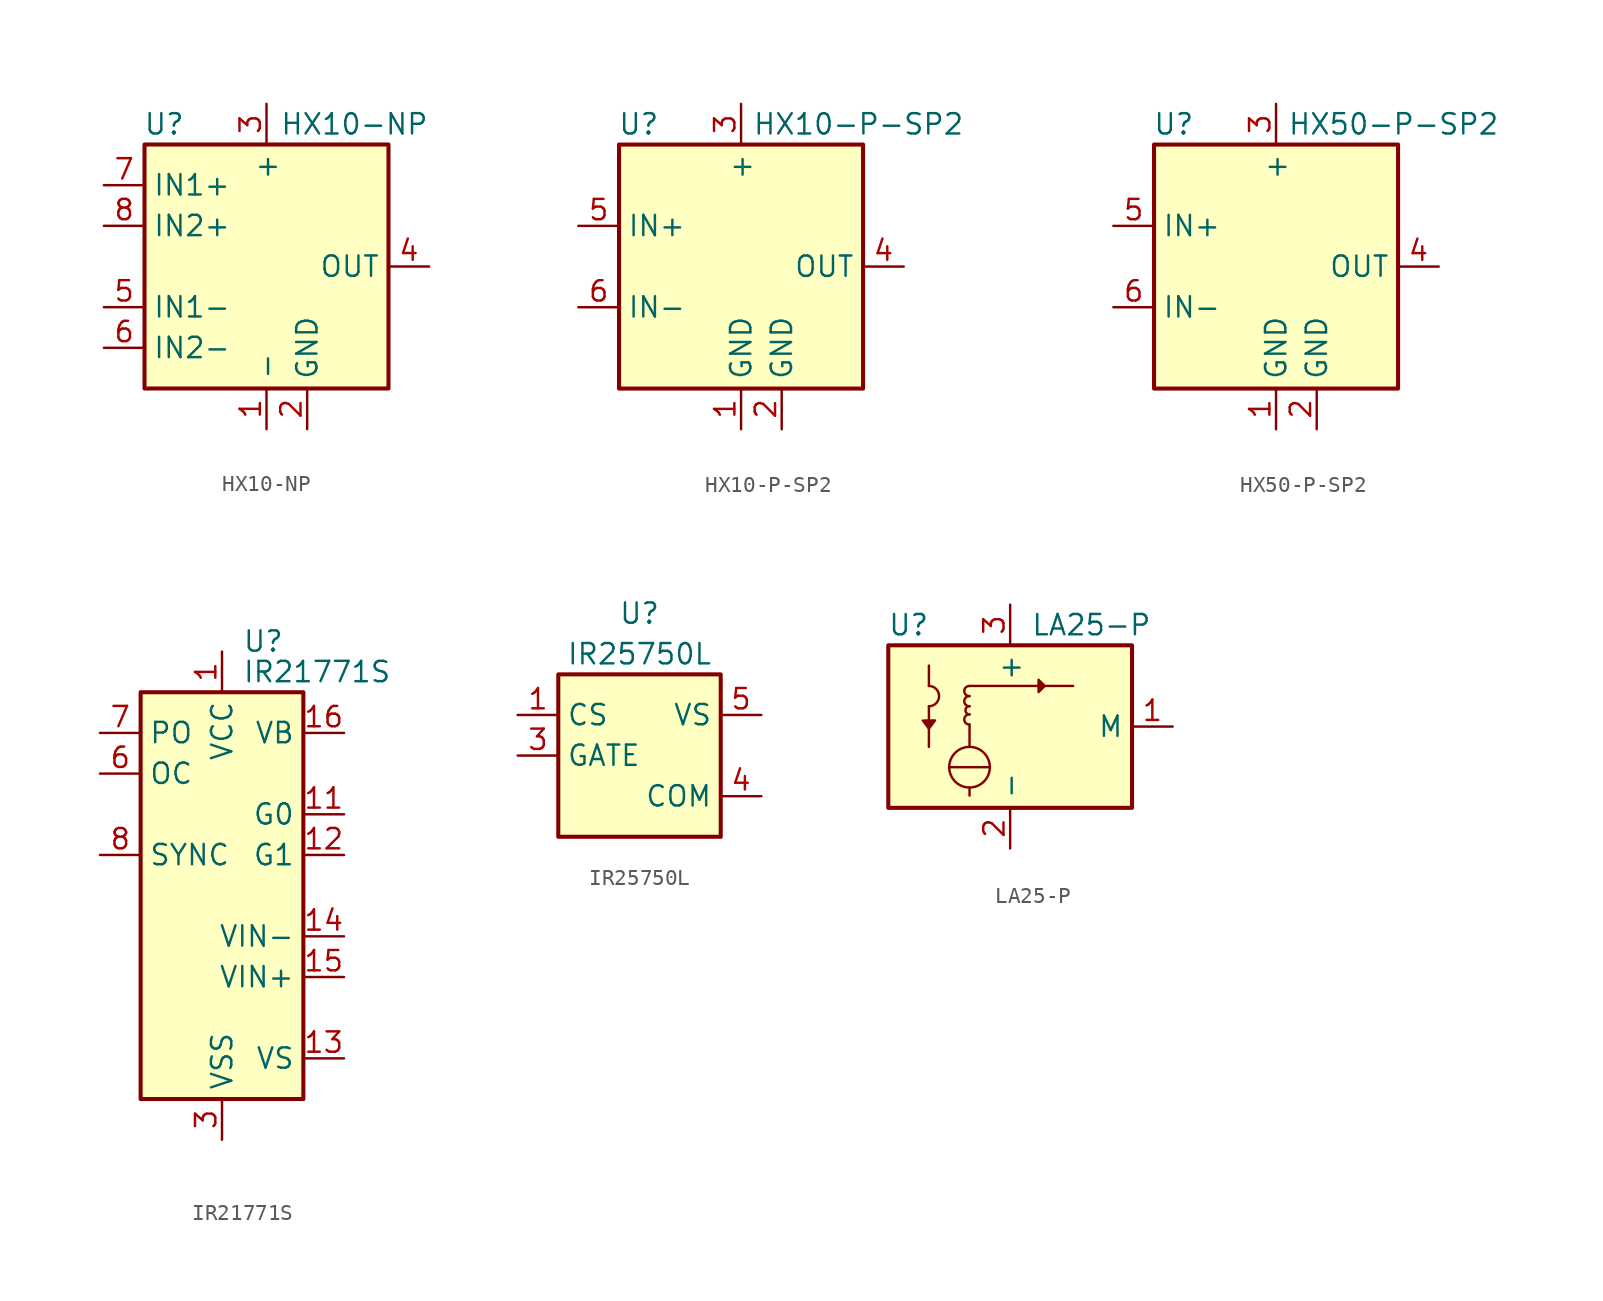
<source format=kicad_sym>
(kicad_symbol_lib
  (version 20201005)
  (generator kicad_symbol_editor)
  (symbol "HX10-NP"
    (property "Reference" "U"
      (at -5.08 8.89 0)
      (effects (font (size 1.27 1.27)) (justify right)))
    (property "Value" "HX10-NP"
      (at 10.16 8.89 0)
      (effects (font (size 1.27 1.27)) (justify right)))
    (symbol "HX10-NP_0_1"
      (rectangle (start -7.62 7.62) (end 7.62 -7.62) (stroke (width 0.254)) (fill (type background))))
    (symbol "HX10-NP_1_1"
      (pin power_in line (at 0 -10.16 90) (length 2.54) (name "-" (effects (font (size 1.27 1.27)))) (number "1" (effects (font (size 1.27 1.27)))))
      (pin power_in line (at 2.54 -10.16 90) (length 2.54) (name "GND" (effects (font (size 1.27 1.27)))) (number "2" (effects (font (size 1.27 1.27)))))
      (pin power_in line (at 0 10.16 270) (length 2.54) (name "+" (effects (font (size 1.27 1.27)))) (number "3" (effects (font (size 1.27 1.27)))))
      (pin output line (at 10.16 0 180) (length 2.54) (name "OUT" (effects (font (size 1.27 1.27)))) (number "4" (effects (font (size 1.27 1.27)))))
      (pin passive line (at -10.16 -2.54 0) (length 2.54) (name "IN1-" (effects (font (size 1.27 1.27)))) (number "5" (effects (font (size 1.27 1.27)))))
      (pin passive line (at -10.16 -5.08 0) (length 2.54) (name "IN2-" (effects (font (size 1.27 1.27)))) (number "6" (effects (font (size 1.27 1.27)))))
      (pin passive line (at -10.16 5.08 0) (length 2.54) (name "IN1+" (effects (font (size 1.27 1.27)))) (number "7" (effects (font (size 1.27 1.27)))))
      (pin passive line (at -10.16 2.54 0) (length 2.54) (name "IN2+" (effects (font (size 1.27 1.27)))) (number "8" (effects (font (size 1.27 1.27)))))))
  (symbol "HX10-P-SP2"
    (property "Reference" "U"
      (at -5.08 8.89 0)
      (effects (font (size 1.27 1.27)) (justify right)))
    (property "Value" "HX10-P-SP2"
      (at 13.97 8.89 0)
      (effects (font (size 1.27 1.27)) (justify right)))
    (symbol "HX10-P-SP2_0_1"
      (rectangle (start -7.62 7.62) (end 7.62 -7.62) (stroke (width 0.254)) (fill (type background))))
    (symbol "HX10-P-SP2_1_1"
      (pin power_in line (at 0 -10.16 90) (length 2.54) (name "GND" (effects (font (size 1.27 1.27)))) (number "1" (effects (font (size 1.27 1.27)))))
      (pin power_in line (at 2.54 -10.16 90) (length 2.54) (name "GND" (effects (font (size 1.27 1.27)))) (number "2" (effects (font (size 1.27 1.27)))))
      (pin power_in line (at 0 10.16 270) (length 2.54) (name "+" (effects (font (size 1.27 1.27)))) (number "3" (effects (font (size 1.27 1.27)))))
      (pin output line (at 10.16 0 180) (length 2.54) (name "OUT" (effects (font (size 1.27 1.27)))) (number "4" (effects (font (size 1.27 1.27)))))
      (pin passive line (at -10.16 2.54 0) (length 2.54) (name "IN+" (effects (font (size 1.27 1.27)))) (number "5" (effects (font (size 1.27 1.27)))))
      (pin passive line (at -10.16 -2.54 0) (length 2.54) (name "IN-" (effects (font (size 1.27 1.27)))) (number "6" (effects (font (size 1.27 1.27)))))))
  (symbol "HX50-P-SP2"
    (property "Reference" "U"
      (at -5.08 8.89 0)
      (effects (font (size 1.27 1.27)) (justify right)))
    (property "Value" "HX50-P-SP2"
      (at 13.97 8.89 0)
      (effects (font (size 1.27 1.27)) (justify right)))
    (symbol "HX50-P-SP2_0_1"
      (rectangle (start -7.62 7.62) (end 7.62 -7.62) (stroke (width 0.254)) (fill (type background))))
    (symbol "HX50-P-SP2_1_1"
      (pin power_in line (at 0 -10.16 90) (length 2.54) (name "GND" (effects (font (size 1.27 1.27)))) (number "1" (effects (font (size 1.27 1.27)))))
      (pin power_in line (at 2.54 -10.16 90) (length 2.54) (name "GND" (effects (font (size 1.27 1.27)))) (number "2" (effects (font (size 1.27 1.27)))))
      (pin power_in line (at 0 10.16 270) (length 2.54) (name "+" (effects (font (size 1.27 1.27)))) (number "3" (effects (font (size 1.27 1.27)))))
      (pin output line (at 10.16 0 180) (length 2.54) (name "OUT" (effects (font (size 1.27 1.27)))) (number "4" (effects (font (size 1.27 1.27)))))
      (pin passive line (at -10.16 2.54 0) (length 2.54) (name "IN+" (effects (font (size 1.27 1.27)))) (number "5" (effects (font (size 1.27 1.27)))))
      (pin passive line (at -10.16 -2.54 0) (length 2.54) (name "IN-" (effects (font (size 1.27 1.27)))) (number "6" (effects (font (size 1.27 1.27)))))))
  (symbol "IR21771S"
    (property "Reference" "U"
      (at 1.27 15.875 0)
      (effects (font (size 1.27 1.27)) (justify left)))
    (property "Value" "IR21771S"
      (at 1.27 13.97 0)
      (effects (font (size 1.27 1.27)) (justify left)))
    (symbol "IR21771S_0_1"
      (rectangle (start -5.08 -12.7) (end 5.08 12.7) (stroke (width 0.254)) (fill (type background))))
    (symbol "IR21771S_1_1"
      (pin power_in line (at 0 15.24 270) (length 2.54) (name "VCC" (effects (font (size 1.27 1.27)))) (number "1" (effects (font (size 1.27 1.27)))))
      (pin no_connect line (at -5.08 0 0) (length 2.54) hide (name "NC" (effects (font (size 1.27 1.27)))) (number "10" (effects (font (size 1.27 1.27)))))
      (pin input line (at 7.62 5.08 180) (length 2.54) (name "G0" (effects (font (size 1.27 1.27)))) (number "11" (effects (font (size 1.27 1.27)))))
      (pin input line (at 7.62 2.54 180) (length 2.54) (name "G1" (effects (font (size 1.27 1.27)))) (number "12" (effects (font (size 1.27 1.27)))))
      (pin passive line (at 7.62 -10.16 180) (length 2.54) (name "VS" (effects (font (size 1.27 1.27)))) (number "13" (effects (font (size 1.27 1.27)))))
      (pin passive line (at 7.62 -2.54 180) (length 2.54) (name "VIN-" (effects (font (size 1.27 1.27)))) (number "14" (effects (font (size 1.27 1.27)))))
      (pin passive line (at 7.62 -5.08 180) (length 2.54) (name "VIN+" (effects (font (size 1.27 1.27)))) (number "15" (effects (font (size 1.27 1.27)))))
      (pin passive line (at 7.62 10.16 180) (length 2.54) (name "VB" (effects (font (size 1.27 1.27)))) (number "16" (effects (font (size 1.27 1.27)))))
      (pin no_connect line (at -5.08 -5.08 0) (length 2.54) hide (name "NC" (effects (font (size 1.27 1.27)))) (number "2" (effects (font (size 1.27 1.27)))))
      (pin power_in line (at 0 -15.24 90) (length 2.54) (name "VSS" (effects (font (size 1.27 1.27)))) (number "3" (effects (font (size 1.27 1.27)))))
      (pin no_connect line (at -5.08 -7.62 0) (length 2.54) hide (name "NC" (effects (font (size 1.27 1.27)))) (number "4" (effects (font (size 1.27 1.27)))))
      (pin no_connect line (at -5.08 -2.54 0) (length 2.54) hide (name "NC" (effects (font (size 1.27 1.27)))) (number "5" (effects (font (size 1.27 1.27)))))
      (pin open_collector line (at -7.62 7.62 0) (length 2.54) (name "OC" (effects (font (size 1.27 1.27)))) (number "6" (effects (font (size 1.27 1.27)))))
      (pin open_collector line (at -7.62 10.16 0) (length 2.54) (name "PO" (effects (font (size 1.27 1.27)))) (number "7" (effects (font (size 1.27 1.27)))))
      (pin input line (at -7.62 2.54 0) (length 2.54) (name "SYNC" (effects (font (size 1.27 1.27)))) (number "8" (effects (font (size 1.27 1.27)))))
      (pin no_connect line (at -5.08 5.08 0) (length 2.54) hide (name "NC" (effects (font (size 1.27 1.27)))) (number "9" (effects (font (size 1.27 1.27)))))))
  (symbol "IR25750L"
    (property "Reference" "U"
      (at 0 8.89 0)
      (effects (font (size 1.27 1.27))))
    (property "Value" "IR25750L"
      (at 0 6.35 0)
      (effects (font (size 1.27 1.27))))
    (symbol "IR25750L_0_1"
      (rectangle (start -5.08 -5.08) (end 5.08 5.08) (stroke (width 0.254)) (fill (type background))))
    (symbol "IR25750L_1_1"
      (pin output line (at -7.62 2.54 0) (length 2.54) (name "CS" (effects (font (size 1.27 1.27)))) (number "1" (effects (font (size 1.27 1.27)))))
      (pin no_connect line (at -5.08 -2.54 0) (length 2.54) hide (name "NC" (effects (font (size 1.27 1.27)))) (number "2" (effects (font (size 1.27 1.27)))))
      (pin input line (at -7.62 0 0) (length 2.54) (name "GATE" (effects (font (size 1.27 1.27)))) (number "3" (effects (font (size 1.27 1.27)))))
      (pin power_in line (at 7.62 -2.54 180) (length 2.54) (name "COM" (effects (font (size 1.27 1.27)))) (number "4" (effects (font (size 1.27 1.27)))))
      (pin passive line (at 7.62 2.54 180) (length 2.54) (name "VS" (effects (font (size 1.27 1.27)))) (number "5" (effects (font (size 1.27 1.27)))))))
  (symbol "LA25-P"
    (property "Reference" "U"
      (at -6.35 6.35 0)
      (effects (font (size 1.27 1.27))))
    (property "Value" "LA25-P"
      (at 5.08 6.35 0)
      (effects (font (size 1.27 1.27))))
    (symbol "LA25-P_0_1"
      (arc (start -5.08 1.27) (end -5.08 2.54) (radius (at -5.08 1.905) (length 0.635) (angles -89.9 89.9)) (stroke (width 0)) (fill (type none)))
      (arc (start -2.54 0.762) (end -2.54 0.127) (radius (at -2.54 0.4572) (length 0.3048) (angles 90.1 -90.1)) (stroke (width 0)) (fill (type none)))
      (arc (start -2.54 1.27) (end -2.54 0.762) (radius (at -2.54 1.016) (length 0.254) (angles 90.1 -90.1)) (stroke (width 0)) (fill (type none)))
      (arc (start -2.54 1.905) (end -2.54 1.27) (radius (at -2.54 1.6002) (length 0.3048) (angles 90.1 -90.1)) (stroke (width 0)) (fill (type none)))
      (arc (start -2.54 2.54) (end -2.54 1.905) (radius (at -2.54 2.2352) (length 0.3048) (angles 90.1 -90.1)) (stroke (width 0)) (fill (type none)))
      (circle (center -2.54 -2.54) (radius 1.27) (stroke (width 0)) (fill (type none)))
      (rectangle (start 7.62 -5.08) (end -7.62 5.08) (stroke (width 0.254)) (fill (type background)))
      (polyline (pts (xy -5.08 1.27) (xy -5.08 -1.27)) (stroke (width 0)) (fill (type none)))
      (polyline (pts (xy -5.08 3.81) (xy -5.08 2.54)) (stroke (width 0)) (fill (type none)))
      (polyline (pts (xy -3.81 -2.54) (xy -1.27 -2.54)) (stroke (width 0)) (fill (type none)))
      (polyline (pts (xy -2.54 -3.81) (xy -2.54 -4.318)) (stroke (width 0)) (fill (type none)))
      (polyline (pts (xy -2.54 -1.27) (xy -2.54 0.127)) (stroke (width 0)) (fill (type none)))
      (polyline (pts (xy -2.54 2.54) (xy 3.937 2.54)) (stroke (width 0)) (fill (type none)))
      (polyline (pts (xy -5.334 0.381) (xy -4.699 0.381) (xy -5.08 -0.127) (xy -5.461 0.381)) (stroke (width 0)) (fill (type outline)))
      (polyline (pts (xy 2.159 2.54) (xy 1.778 2.921) (xy 1.778 2.159) (xy 2.159 2.54)) (stroke (width 0)) (fill (type outline))))
    (symbol "LA25-P_1_1"
      (pin output line (at 10.16 0 180) (length 2.54) (name "M" (effects (font (size 1.27 1.27)))) (number "1" (effects (font (size 1.27 1.27)))))
      (pin power_in line (at 0 -7.62 90) (length 2.54) (name "-" (effects (font (size 1.27 1.27)))) (number "2" (effects (font (size 1.27 1.27)))))
      (pin power_in line (at 0 7.62 270) (length 2.54) (name "+" (effects (font (size 1.27 1.27)))) (number "3" (effects (font (size 1.27 1.27))))))))
</source>
